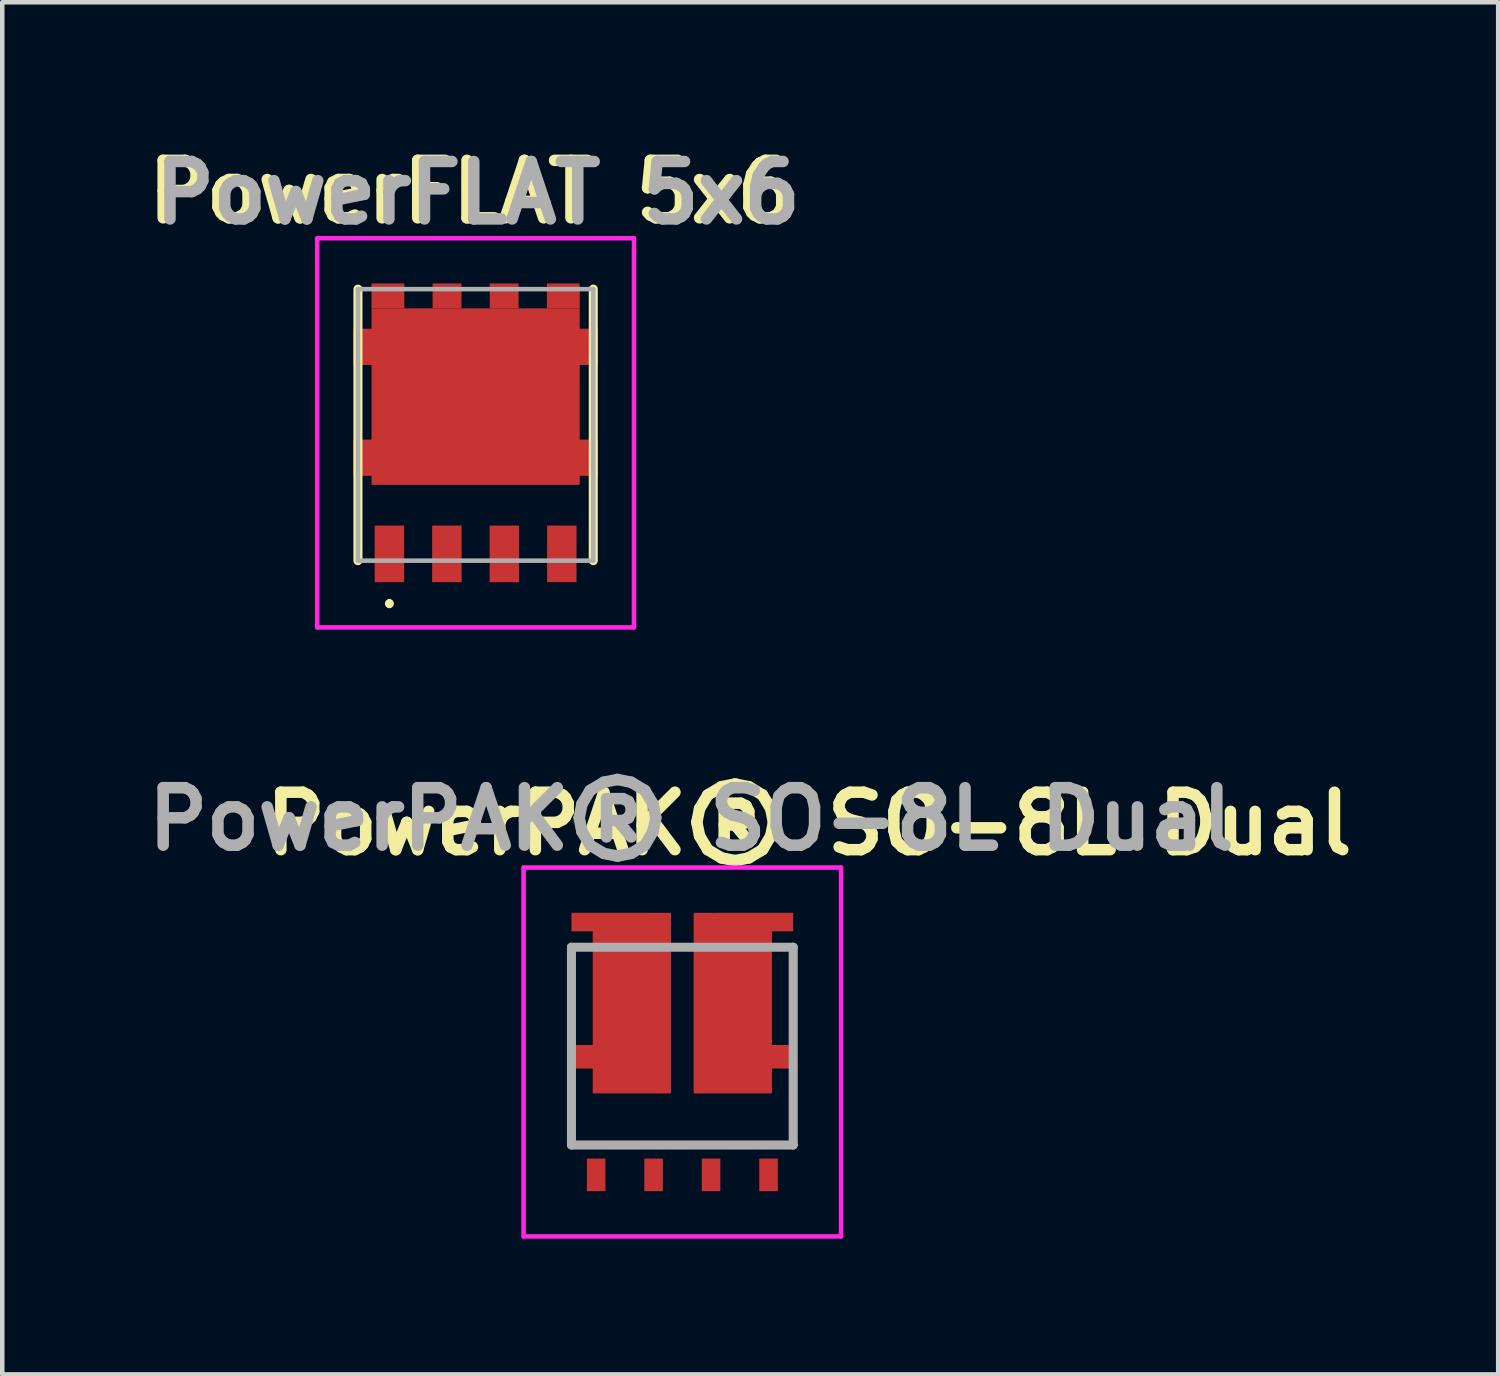
<source format=kicad_pcb>
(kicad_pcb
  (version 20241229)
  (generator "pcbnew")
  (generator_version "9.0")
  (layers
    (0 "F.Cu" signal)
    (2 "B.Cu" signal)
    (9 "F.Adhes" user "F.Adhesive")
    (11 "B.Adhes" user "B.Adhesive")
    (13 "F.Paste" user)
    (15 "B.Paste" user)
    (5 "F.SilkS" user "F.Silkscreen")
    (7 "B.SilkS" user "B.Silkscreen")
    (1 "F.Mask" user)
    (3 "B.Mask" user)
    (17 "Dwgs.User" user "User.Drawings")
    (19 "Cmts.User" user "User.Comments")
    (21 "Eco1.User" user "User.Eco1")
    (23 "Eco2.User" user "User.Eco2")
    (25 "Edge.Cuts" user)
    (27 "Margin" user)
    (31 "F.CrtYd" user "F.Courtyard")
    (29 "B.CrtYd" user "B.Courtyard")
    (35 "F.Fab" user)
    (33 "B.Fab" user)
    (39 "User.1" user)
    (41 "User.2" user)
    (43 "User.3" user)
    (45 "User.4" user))
  (footprint "PowerPAK® SO-8L Dual"
    (layer "F.Cu")
    (at 12.028 22.252)
    (property "Reference" "PowerPAK® SO-8L Dual" (at 2.8 -7.1 0) (layer "F.SilkS") (effects (font (size 1.27 1.27) (thickness 0.254))))
    (attr smd)
    (fp_line (start -2.45 -2.5) (end -2.45 -4.37) (stroke (width 0.1) (type solid)) (layer "F.SilkS"))
    (fp_line (start -2.45 -1.5) (end -2.45 0) (stroke (width 0.1) (type solid)) (layer "F.SilkS"))
    (fp_line (start -2.45 0) (end 2.45 0) (stroke (width 0.1) (type solid)) (layer "F.SilkS"))
    (fp_line (start 2.45 -2.5) (end 2.45 -4.37) (stroke (width 0.1) (type solid)) (layer "F.SilkS"))
    (fp_line (start 2.45 0) (end 2.45 -1.5) (stroke (width 0.1) (type solid)) (layer "F.SilkS"))
    (fp_line (start -3.508 -6.131) (end 3.508 -6.131) (stroke (width 0.1) (type solid)) (layer "F.CrtYd"))
    (fp_line (start -3.508 2.02) (end -3.508 -6.131) (stroke (width 0.1) (type solid)) (layer "F.CrtYd"))
    (fp_line (start 3.508 -6.131) (end 3.508 2.02) (stroke (width 0.1) (type solid)) (layer "F.CrtYd"))
    (fp_line (start 3.508 2.02) (end -3.508 2.02) (stroke (width 0.1) (type solid)) (layer "F.CrtYd"))
    (fp_line (start -2.45 -4.37) (end 2.45 -4.37) (stroke (width 0.2) (type solid)) (layer "F.Fab"))
    (fp_line (start -2.45 0) (end -2.45 -4.37) (stroke (width 0.2) (type solid)) (layer "F.Fab"))
    (fp_line (start 2.45 -4.37) (end 2.45 0) (stroke (width 0.2) (type solid)) (layer "F.Fab"))
    (fp_line (start 2.45 0) (end -2.45 0) (stroke (width 0.2) (type solid)) (layer "F.Fab"))
    (fp_text user "${REFERENCE}" (at 0.2 -7.2 0) (layer "F.Fab") (effects (font (size 1.27 1.27) (thickness 0.254))))
    (pad "1" smd rect (at -1.905 0.66) (size 0.41 0.72) (layers "F.Cu" "F.Mask" "F.Paste"))
    (pad "2" smd rect (at -0.635 0.66) (size 0.41 0.72) (layers "F.Cu" "F.Mask" "F.Paste"))
    (pad "3" smd rect (at 0.635 0.66) (size 0.41 0.72) (layers "F.Cu" "F.Mask" "F.Paste"))
    (pad "4" smd rect (at 1.905 0.66) (size 0.41 0.72) (layers "F.Cu" "F.Mask" "F.Paste"))
    (pad "5" smd custom (at 1.115 -3.135) (size 1.73 3.99) (layers "F.Cu" "F.Mask" "F.Paste") (options (anchor rect)) (primitives (gr_poly (pts (xy -0.865 1.995) (xy 0.865 1.995) (xy 0.865 1.445) (xy 1.395 1.445) (xy 1.395 0.925) (xy 0.865 0.925) (xy 0.865 -1.586) (xy 1.335 -1.586) (xy 1.335 -1.996) (xy -0.865 -1.995)) (width 0) (fill yes))))
    (pad "6" smd custom (at -1.115 -3.135) (size 1.73 3.99) (layers "F.Cu" "F.Mask" "F.Paste") (options (anchor rect)) (primitives (gr_poly (pts (xy 0.865 1.995) (xy -0.865 1.995) (xy -0.865 1.445) (xy -1.395 1.445) (xy -1.395 0.925) (xy -0.865 0.925) (xy -0.865 -1.586) (xy -1.335 -1.586) (xy -1.335 -1.996) (xy 0.865 -1.995)) (width 0) (fill yes)))))
  (footprint "PowerFLAT 5x6"
    (layer "F.Cu")
    (at 7.46 6.339)
    (property "Reference" "PowerFLAT 5x6" (at -0.1 -5.15 0) (layer "F.SilkS") (effects (font (size 1.27 1.27) (thickness 0.254))))
    (attr smd)
    (fp_line (start -2.6 -3) (end -2.6 3) (stroke (width 0.2) (type solid)) (layer "F.SilkS"))
    (fp_line (start -1.905 3.9) (end -1.905 3.9) (stroke (width 0.1) (type solid)) (layer "F.SilkS"))
    (fp_line (start -1.905 4) (end -1.905 4) (stroke (width 0.1) (type solid)) (layer "F.SilkS"))
    (fp_line (start 2.6 -3) (end 2.6 3) (stroke (width 0.2) (type solid)) (layer "F.SilkS"))
    (fp_arc (start -1.905 3.9) (mid -1.855 3.95) (end -1.905 4) (stroke (width 0.1) (type solid)) (layer "F.SilkS"))
    (fp_arc (start -1.905 4) (mid -1.955 3.95) (end -1.905 3.9) (stroke (width 0.1) (type solid)) (layer "F.SilkS"))
    (fp_line (start -3.5 -4.125) (end 3.5 -4.125) (stroke (width 0.1) (type solid)) (layer "F.CrtYd"))
    (fp_line (start -3.5 4.475) (end -3.5 -4.125) (stroke (width 0.1) (type solid)) (layer "F.CrtYd"))
    (fp_line (start 3.5 -4.125) (end 3.5 4.475) (stroke (width 0.1) (type solid)) (layer "F.CrtYd"))
    (fp_line (start 3.5 4.475) (end -3.5 4.475) (stroke (width 0.1) (type solid)) (layer "F.CrtYd"))
    (fp_line (start -2.6 -3) (end 2.6 -3) (stroke (width 0.1) (type solid)) (layer "F.Fab"))
    (fp_line (start -2.6 3) (end -2.6 -3) (stroke (width 0.1) (type solid)) (layer "F.Fab"))
    (fp_line (start 2.6 -3) (end 2.6 3) (stroke (width 0.1) (type solid)) (layer "F.Fab"))
    (fp_line (start 2.6 3) (end -2.6 3) (stroke (width 0.1) (type solid)) (layer "F.Fab"))
    (fp_text user "${REFERENCE}" (at 0.05 -5.125 0) (layer "F.Fab") (effects (font (size 1.27 1.27) (thickness 0.254))))
    (pad "1" smd rect (at -1.905 2.85) (size 0.65 1.25) (layers "F.Cu" "F.Mask" "F.Paste"))
    (pad "2" smd rect (at -0.635 2.85) (size 0.65 1.25) (layers "F.Cu" "F.Mask" "F.Paste"))
    (pad "3" smd rect (at 0.635 2.85) (size 0.65 1.25) (layers "F.Cu" "F.Mask" "F.Paste"))
    (pad "4" smd rect (at 1.905 2.85) (size 0.65 1.25) (layers "F.Cu" "F.Mask" "F.Paste"))
    (pad "5" smd rect (at 1.938 -2.85 90) (size 0.55 0.725) (layers "F.Cu" "F.Mask" "F.Paste"))
    (pad "6" smd rect (at 0.631 -2.85 90) (size 0.55 0.638) (layers "F.Cu" "F.Mask" "F.Paste"))
    (pad "7" smd rect (at -0.631 -2.85 90) (size 0.55 0.638) (layers "F.Cu" "F.Mask" "F.Paste"))
    (pad "8" smd rect (at -1.938 -2.85 90) (size 0.55 0.725) (layers "F.Cu" "F.Mask" "F.Paste"))
    (pad "9" smd custom (at 0 -0.625 90) (size 3.9 4.6) (layers "F.Cu" "F.Mask" "F.Paste") (options (anchor rect)) (primitives (gr_poly (pts (xy 1.95 -2.3) (xy 1.5 -2.3) (xy 1.5 -2.7) (xy 0.7 -2.7) (xy 0.7 -2.3) (xy -0.95 -2.3) (xy -0.95 -2.7) (xy -1.75 -2.7) (xy -1.75 -2.3) (xy -1.95 -2.3) (xy -1.95 2.3) (xy -1.75 2.3) (xy -1.75 2.7) (xy -0.95 2.7) (xy -0.95 2.3) (xy 0.7 2.3) (xy 0.7 2.7) (xy 1.5 2.7) (xy 1.5 2.3) (xy 1.95 2.3)) (width 0) (fill yes)) (gr_rect (start 0.7 2.3) (end 1.5 2.7) (width 0) (fill yes)) (gr_rect (start -1.75 2.3) (end -0.95 2.7) (width 0) (fill yes)) (gr_poly (pts (xy 1.95 2.3) (xy 1.5 2.3) (xy 1.5 2.7) (xy 0.7 2.7) (xy 0.7 2.3) (xy -0.95 2.3) (xy -0.95 2.7) (xy -1.75 2.7) (xy -1.75 2.3) (xy -1.95 2.3) (xy -1.95 -2.3) (xy 1.95 -2.3)) (width 0) (fill yes)))))
  (gr_rect
    (start -3 -3)
    (end 30.057 27.322)
    (stroke (width 0.1) (type default))
    (fill no)
    (layer "Edge.Cuts")))
</source>
